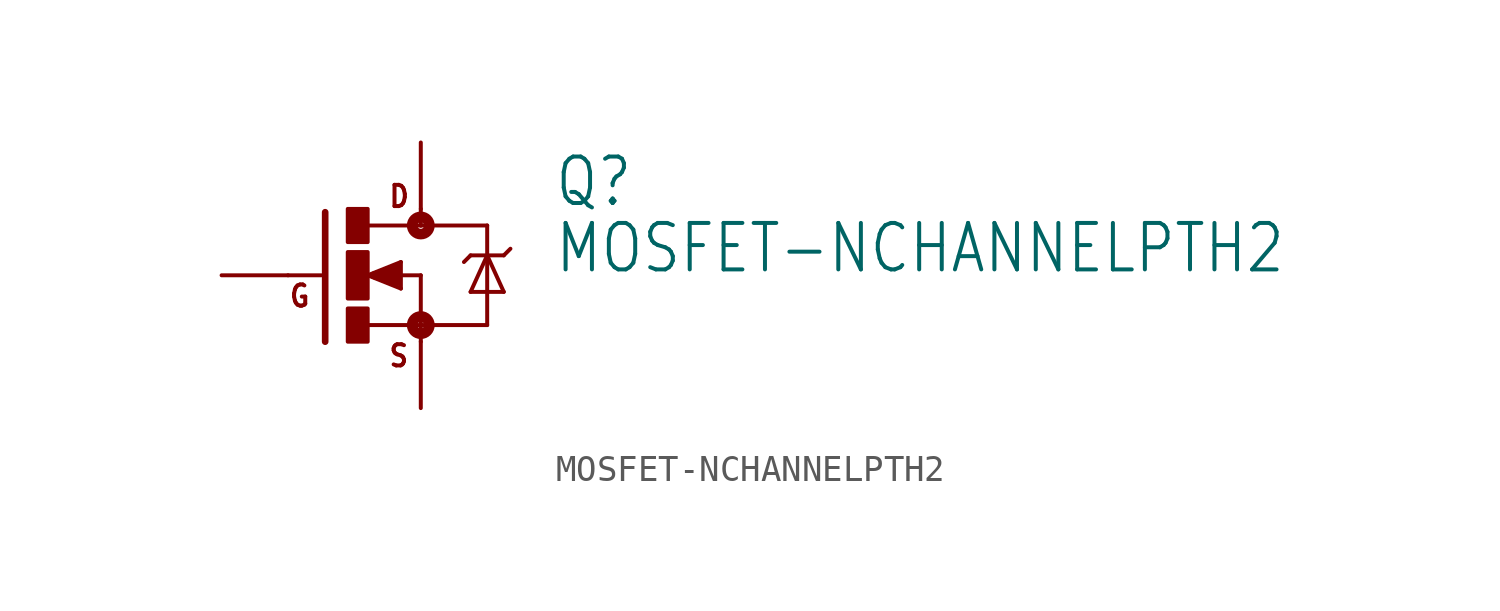
<source format=kicad_sym>
(kicad_symbol_lib
  (version 20211014)
  (generator kicad_symbol_editor)
  (symbol "MOSFET-NCHANNELPTH2"
    (property "Reference" "Q"
      (at 5.08 2.54 0)
      (effects (font (size 1.778 1.511)) (justify left bottom)))
    (property "Value" "MOSFET-NCHANNELPTH2"
      (at 5.08 0 0)
      (effects (font (size 1.778 1.511)) (justify left bottom)))
    (property "ki_locked" ""
      (at 0 0 0)
      (effects (font (size 1.27 1.27))))
    (symbol "MOSFET-NCHANNELPTH2_1_0"
      (rectangle (start -2.794 -2.54) (end -2.032 -1.27) (stroke (width 0) (type default) (color 0 0 0 0)) (fill (type outline)))
      (rectangle (start -2.794 -0.889) (end -2.032 0.889) (stroke (width 0) (type default) (color 0 0 0 0)) (fill (type outline)))
      (rectangle (start -2.794 1.27) (end -2.032 2.54) (stroke (width 0) (type default) (color 0 0 0 0)) (fill (type outline)))
      (circle (center 0 -1.905) (radius 0.127) (stroke (width 0.406) (type default) (color 0 0 0 0)) (fill (type none)))
      (polyline (pts (xy -3.81 0) (xy -5.08 0)) (stroke (width 0.152) (type default) (color 0 0 0 0)) (fill (type none)))
      (polyline (pts (xy -3.658 2.413) (xy -3.658 -2.54)) (stroke (width 0.254) (type default) (color 0 0 0 0)) (fill (type none)))
      (polyline (pts (xy -2.032 -1.905) (xy 0 -1.905)) (stroke (width 0.152) (type default) (color 0 0 0 0)) (fill (type none)))
      (polyline (pts (xy -2.032 0) (xy -0.762 -0.508)) (stroke (width 0.152) (type default) (color 0 0 0 0)) (fill (type none)))
      (polyline (pts (xy -1.778 0) (xy -0.889 -0.254)) (stroke (width 0.305) (type default) (color 0 0 0 0)) (fill (type none)))
      (polyline (pts (xy -0.889 -0.254) (xy -0.889 0)) (stroke (width 0.305) (type default) (color 0 0 0 0)) (fill (type none)))
      (polyline (pts (xy -0.889 0) (xy -1.143 0)) (stroke (width 0.305) (type default) (color 0 0 0 0)) (fill (type none)))
      (polyline (pts (xy -0.889 0) (xy 0 0)) (stroke (width 0.152) (type default) (color 0 0 0 0)) (fill (type none)))
      (polyline (pts (xy -0.889 0.254) (xy -1.778 0)) (stroke (width 0.305) (type default) (color 0 0 0 0)) (fill (type none)))
      (polyline (pts (xy -0.762 -0.508) (xy -0.762 0.508)) (stroke (width 0.152) (type default) (color 0 0 0 0)) (fill (type none)))
      (polyline (pts (xy -0.762 0.508) (xy -2.032 0)) (stroke (width 0.152) (type default) (color 0 0 0 0)) (fill (type none)))
      (polyline (pts (xy 0 -1.905) (xy 0 -2.54)) (stroke (width 0.152) (type default) (color 0 0 0 0)) (fill (type none)))
      (polyline (pts (xy 0 0) (xy 0 -1.905)) (stroke (width 0.152) (type default) (color 0 0 0 0)) (fill (type none)))
      (polyline (pts (xy 0 1.905) (xy -2.007 1.905)) (stroke (width 0.152) (type default) (color 0 0 0 0)) (fill (type none)))
      (polyline (pts (xy 0 1.905) (xy 2.54 1.905)) (stroke (width 0.152) (type default) (color 0 0 0 0)) (fill (type none)))
      (polyline (pts (xy 0 2.54) (xy 0 1.905)) (stroke (width 0.152) (type default) (color 0 0 0 0)) (fill (type none)))
      (polyline (pts (xy 1.905 -0.635) (xy 3.175 -0.635)) (stroke (width 0.152) (type default) (color 0 0 0 0)) (fill (type none)))
      (polyline (pts (xy 1.905 0.762) (xy 1.651 0.508)) (stroke (width 0.152) (type default) (color 0 0 0 0)) (fill (type none)))
      (polyline (pts (xy 1.905 0.762) (xy 2.54 0.762)) (stroke (width 0.152) (type default) (color 0 0 0 0)) (fill (type none)))
      (polyline (pts (xy 2.54 -1.905) (xy 0 -1.905)) (stroke (width 0.152) (type default) (color 0 0 0 0)) (fill (type none)))
      (polyline (pts (xy 2.54 0.762) (xy 1.905 -0.635)) (stroke (width 0.152) (type default) (color 0 0 0 0)) (fill (type none)))
      (polyline (pts (xy 2.54 0.762) (xy 2.54 -1.905)) (stroke (width 0.152) (type default) (color 0 0 0 0)) (fill (type none)))
      (polyline (pts (xy 2.54 0.762) (xy 3.175 0.762)) (stroke (width 0.152) (type default) (color 0 0 0 0)) (fill (type none)))
      (polyline (pts (xy 2.54 1.905) (xy 2.54 0.762)) (stroke (width 0.152) (type default) (color 0 0 0 0)) (fill (type none)))
      (polyline (pts (xy 3.175 -0.635) (xy 2.54 0.762)) (stroke (width 0.152) (type default) (color 0 0 0 0)) (fill (type none)))
      (polyline (pts (xy 3.175 0.762) (xy 3.429 1.016)) (stroke (width 0.152) (type default) (color 0 0 0 0)) (fill (type none)))
      (circle (center 0 1.905) (radius 0.127) (stroke (width 0.406) (type default) (color 0 0 0 0)) (fill (type none)))
      (text "D" (at -1.27 2.54 0) (effects (font (size 0.813 0.691)) (justify left bottom)))
      (text "G" (at -5.08 -1.27 0) (effects (font (size 0.813 0.691)) (justify left bottom)))
      (text "S" (at -1.27 -3.556 0) (effects (font (size 0.813 0.691)) (justify left bottom)))
      (pin passive line (at -7.62 0 0) (length 2.54) (name "G" (effects (font (size 0 0)))) (number "1" (effects (font (size 0 0)))))
      (pin passive line (at 0 5.08 270) (length 2.54) (name "D" (effects (font (size 0 0)))) (number "2" (effects (font (size 0 0)))))
      (pin passive line (at 0 -5.08 90) (length 2.54) (name "S" (effects (font (size 0 0)))) (number "3" (effects (font (size 0 0))))))))
</source>
